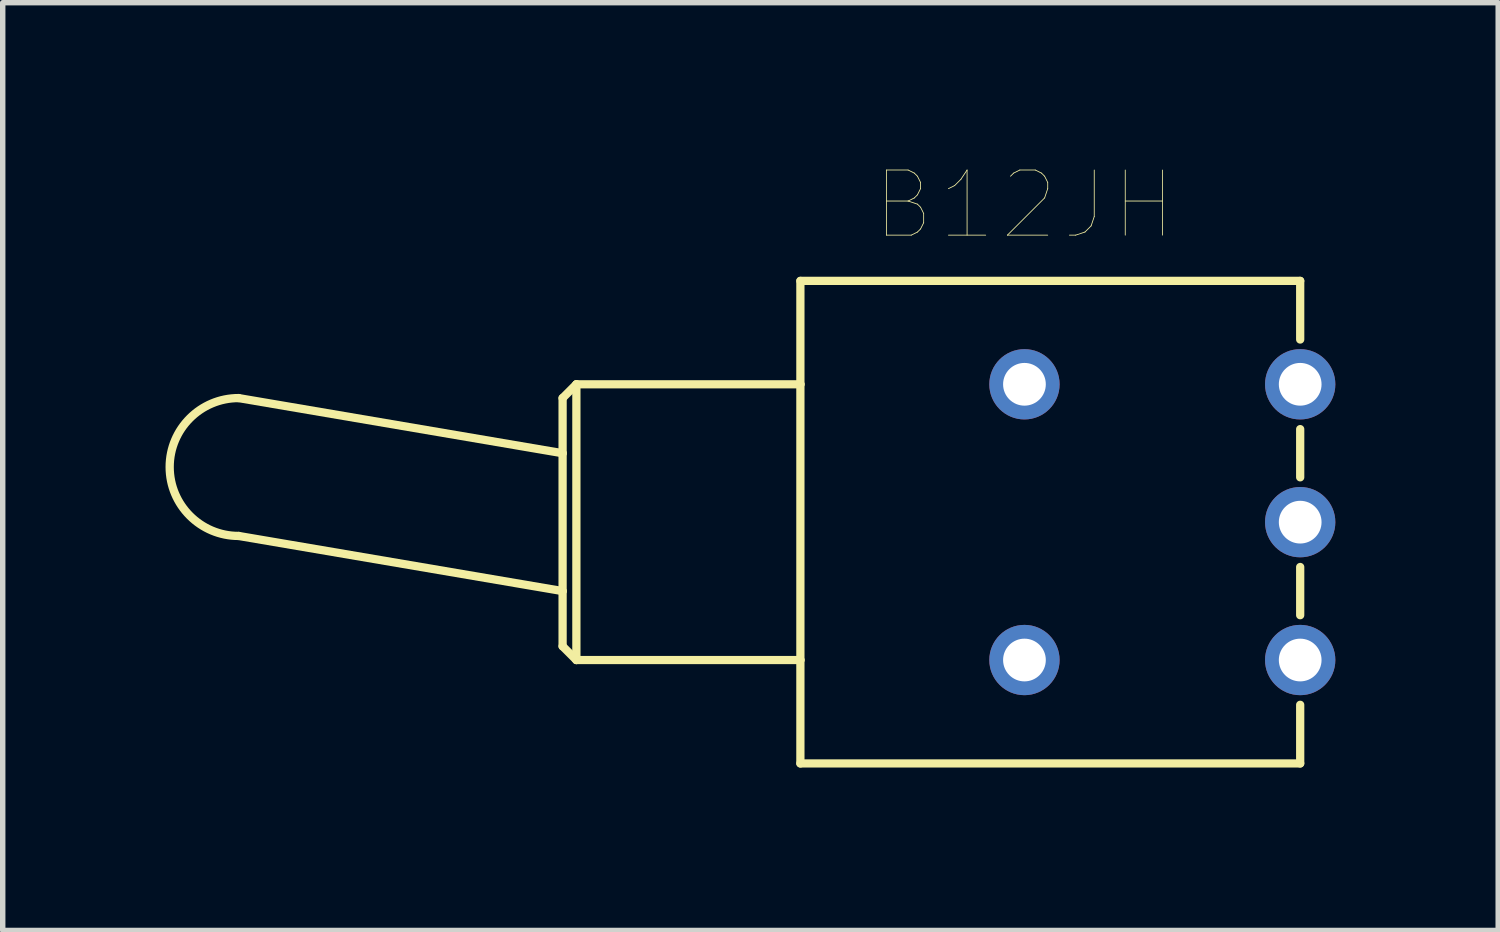
<source format=kicad_pcb>
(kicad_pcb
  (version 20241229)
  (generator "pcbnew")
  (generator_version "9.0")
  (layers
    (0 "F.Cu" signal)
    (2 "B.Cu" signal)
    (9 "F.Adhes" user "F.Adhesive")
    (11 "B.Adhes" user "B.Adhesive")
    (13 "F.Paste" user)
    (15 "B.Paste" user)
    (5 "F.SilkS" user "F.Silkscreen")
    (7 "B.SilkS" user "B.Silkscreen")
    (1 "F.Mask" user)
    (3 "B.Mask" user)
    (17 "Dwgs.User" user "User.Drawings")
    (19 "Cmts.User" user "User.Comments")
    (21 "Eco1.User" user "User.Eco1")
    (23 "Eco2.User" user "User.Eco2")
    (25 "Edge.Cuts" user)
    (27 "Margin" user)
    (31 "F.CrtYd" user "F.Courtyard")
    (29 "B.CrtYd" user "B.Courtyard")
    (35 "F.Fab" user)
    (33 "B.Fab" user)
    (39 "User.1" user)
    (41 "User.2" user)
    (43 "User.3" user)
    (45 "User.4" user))
  (footprint "B12JH"
    (layer "F.Cu")
    (at 15.824 6.57)
    (property "Reference" "B12JH" (at 0 -5.842 0) (layer "F.SilkS") (effects (font (size 1.2 1.2) (thickness 0.015))))
    (attr through_hole)
    (fp_line (start -8.509 -2.286) (end -8.255 -2.54) (stroke (width 0.152) (type solid)) (layer "F.SilkS"))
    (fp_line (start -8.509 -1.27) (end -14.478 -2.286) (stroke (width 0.152) (type solid)) (layer "F.SilkS"))
    (fp_line (start -8.509 -1.27) (end -8.509 -2.286) (stroke (width 0.152) (type solid)) (layer "F.SilkS"))
    (fp_line (start -8.509 1.27) (end -14.478 0.254) (stroke (width 0.152) (type solid)) (layer "F.SilkS"))
    (fp_line (start -8.509 1.27) (end -8.509 -1.27) (stroke (width 0.152) (type solid)) (layer "F.SilkS"))
    (fp_line (start -8.509 2.286) (end -8.509 1.27) (stroke (width 0.152) (type solid)) (layer "F.SilkS"))
    (fp_line (start -8.255 -2.54) (end -8.255 2.54) (stroke (width 0.152) (type solid)) (layer "F.SilkS"))
    (fp_line (start -8.255 -2.54) (end -4.128 -2.54) (stroke (width 0.152) (type solid)) (layer "F.SilkS"))
    (fp_line (start -8.255 2.54) (end -8.509 2.286) (stroke (width 0.152) (type solid)) (layer "F.SilkS"))
    (fp_line (start -8.255 2.54) (end -4.128 2.54) (stroke (width 0.152) (type solid)) (layer "F.SilkS"))
    (fp_line (start -4.128 -4.445) (end -4.128 -2.54) (stroke (width 0.152) (type solid)) (layer "F.SilkS"))
    (fp_line (start -4.128 -2.54) (end -4.128 2.54) (stroke (width 0.152) (type solid)) (layer "F.SilkS"))
    (fp_line (start -4.128 2.54) (end -4.128 4.445) (stroke (width 0.152) (type solid)) (layer "F.SilkS"))
    (fp_line (start -4.128 4.445) (end 5.08 4.445) (stroke (width 0.152) (type solid)) (layer "F.SilkS"))
    (fp_line (start 5.08 -4.445) (end -4.128 -4.445) (stroke (width 0.152) (type solid)) (layer "F.SilkS"))
    (fp_line (start 5.08 -4.445) (end 5.08 -3.365) (stroke (width 0.152) (type solid)) (layer "F.SilkS"))
    (fp_line (start 5.08 -1.714) (end 5.08 -0.826) (stroke (width 0.152) (type solid)) (layer "F.SilkS"))
    (fp_line (start 5.08 1.714) (end 5.08 0.826) (stroke (width 0.152) (type solid)) (layer "F.SilkS"))
    (fp_line (start 5.08 4.445) (end 5.08 3.365) (stroke (width 0.152) (type solid)) (layer "F.SilkS"))
    (fp_arc (start -14.478 0.254) (mid -15.748 -1.016) (end -14.478 -2.286) (stroke (width 0.1524) (type solid)) (layer "F.SilkS"))
    (pad "1" thru_hole circle (at 5.08 -2.54) (size 1.295 1.295) (drill 0.787) (layers "*.Cu" "*.Mask"))
    (pad "2" thru_hole circle (at 5.08 0) (size 1.295 1.295) (drill 0.787) (layers "*.Cu" "*.Mask"))
    (pad "3" thru_hole circle (at 5.08 2.54) (size 1.295 1.295) (drill 0.787) (layers "*.Cu" "*.Mask"))
    (pad "B" thru_hole circle (at 0 2.54) (size 1.295 1.295) (drill 0.787) (layers "*.Cu" "*.Mask"))
    (pad "B1" thru_hole circle (at 0 -2.54) (size 1.295 1.295) (drill 0.787) (layers "*.Cu" "*.Mask")))
  (gr_rect
    (start -3 -3)
    (end 24.552 14.092)
    (stroke (width 0.1) (type default))
    (fill no)
    (layer "Edge.Cuts")))
</source>
